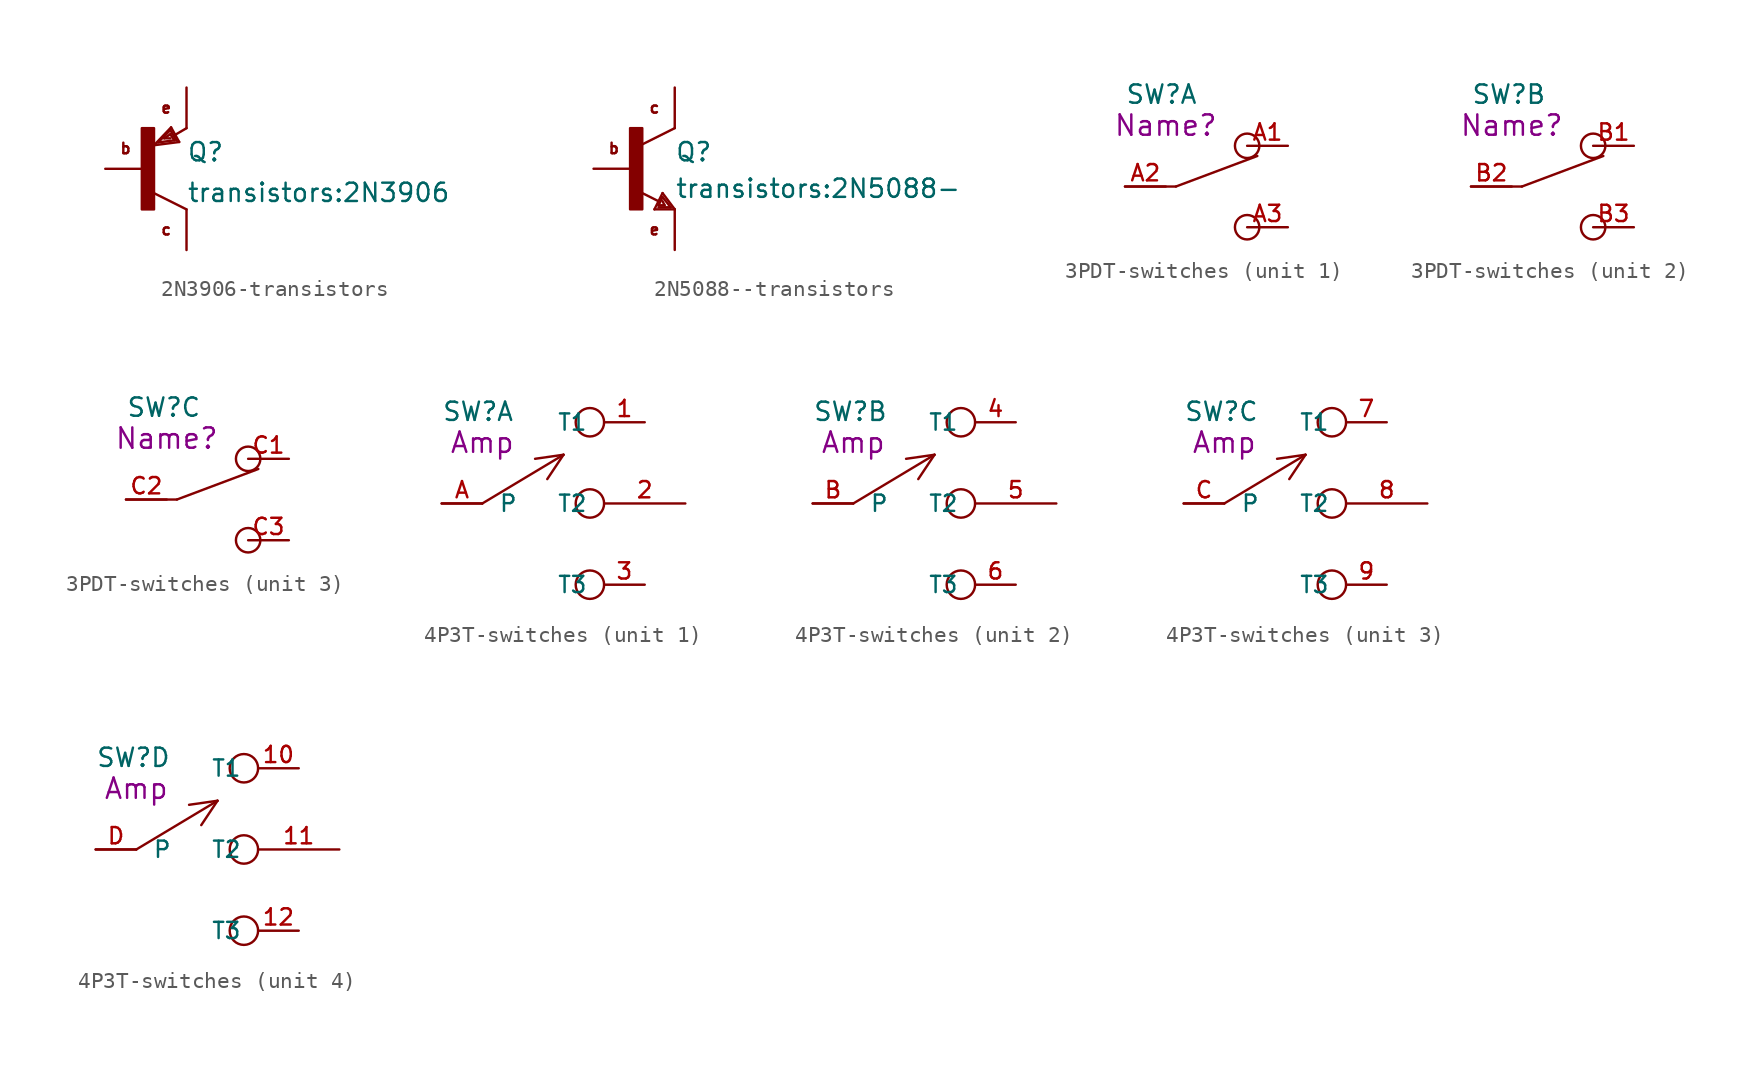
<source format=kicad_sym>
(kicad_symbol_lib
  (version 20220914)
  (generator kicad_symbol_editor)
  (symbol "2N3906-transistors"
    (pin_numbers hide)
    (pin_names
      (offset 1.016) hide)
    (property "Reference" "Q"
      (at 2.54 0.381 0)
      (effects (font (size 1.143 1.143)) (justify left bottom)))
    (property "Value" "transistors:2N3906"
      (at 2.54 -2.159 0)
      (effects (font (size 1.143 1.143)) (justify left bottom)))
    (property "ki_locked" ""
      (at 0 0 0)
      (effects (font (size 1.27 1.27))))
    (symbol "2N3906-transistors_0_0"
      (text "b" (at -1.27 1.27 0) (effects (font (size 0.66 0.66))))
      (text "c" (at 1.27 -3.81 0) (effects (font (size 0.66 0.66))))
      (text "e" (at 1.27 3.81 0) (effects (font (size 0.66 0.66)))))
    (symbol "2N3906-transistors_1_0"
      (polyline (pts (xy 0.508 1.473) (xy 2.083 1.676)) (stroke (width 0) (type solid)) (fill (type none)))
      (polyline (pts (xy 0.762 1.651) (xy 1.778 1.778)) (stroke (width 0) (type solid)) (fill (type none)))
      (polyline (pts (xy 1.143 1.905) (xy 1.524 1.905)) (stroke (width 0) (type solid)) (fill (type none)))
      (polyline (pts (xy 1.524 2.159) (xy 1.143 1.905)) (stroke (width 0) (type solid)) (fill (type none)))
      (polyline (pts (xy 1.524 2.413) (xy 0.762 1.651)) (stroke (width 0) (type solid)) (fill (type none)))
      (polyline (pts (xy 1.575 2.591) (xy 0.508 1.473)) (stroke (width 0) (type solid)) (fill (type none)))
      (polyline (pts (xy 1.778 1.778) (xy 1.524 2.159)) (stroke (width 0) (type solid)) (fill (type none)))
      (polyline (pts (xy 1.905 1.778) (xy 1.524 2.413)) (stroke (width 0) (type solid)) (fill (type none)))
      (polyline (pts (xy 2.083 1.676) (xy 1.575 2.591)) (stroke (width 0) (type solid)) (fill (type none)))
      (polyline (pts (xy 2.54 -2.54) (xy 0.508 -1.524)) (stroke (width 0) (type solid)) (fill (type none)))
      (polyline (pts (xy 2.54 2.54) (xy 1.803 2.108)) (stroke (width 0) (type solid)) (fill (type none))))
    (symbol "2N3906-transistors_1_1"
      (rectangle (start -0.254 -2.54) (end 0.508 2.54) (stroke (width 0) (type solid)) (fill (type outline)))
      (pin passive line (at 2.54 -5.08 90) (length 2.54) (name "C" (effects (font (size 1.016 1.016)))) (number "1" (effects (font (size 1.016 1.016)))))
      (pin passive line (at -2.54 0 0) (length 2.54) (name "B" (effects (font (size 1.016 1.016)))) (number "2" (effects (font (size 1.016 1.016)))))
      (pin passive line (at 2.54 5.08 270) (length 2.54) (name "E" (effects (font (size 1.016 1.016)))) (number "3" (effects (font (size 1.016 1.016)))))))
  (symbol "2N5088--transistors"
    (pin_numbers hide)
    (pin_names
      (offset 1.016) hide)
    (property "Reference" "Q"
      (at 2.54 0.381 0)
      (effects (font (size 1.143 1.143)) (justify left bottom)))
    (property "Value" "transistors:2N5088-"
      (at 2.54 -1.905 0)
      (effects (font (size 1.143 1.143)) (justify left bottom)))
    (property "ki_locked" ""
      (at 0 0 0)
      (effects (font (size 1.27 1.27))))
    (symbol "2N5088--transistors_0_0"
      (text "b" (at -1.27 1.27 0) (effects (font (size 0.66 0.66))))
      (text "c" (at 1.27 3.81 0) (effects (font (size 0.66 0.66))))
      (text "e" (at 1.27 -3.81 0) (effects (font (size 0.66 0.66)))))
    (symbol "2N5088--transistors_1_0"
      (polyline (pts (xy 1.27 -2.54) (xy 1.778 -1.524)) (stroke (width 0) (type solid)) (fill (type none)))
      (polyline (pts (xy 1.524 -2.413) (xy 2.286 -2.413)) (stroke (width 0) (type solid)) (fill (type none)))
      (polyline (pts (xy 1.524 -2.286) (xy 1.905 -2.286)) (stroke (width 0) (type solid)) (fill (type none)))
      (polyline (pts (xy 1.524 -2.032) (xy 0.305 -1.422)) (stroke (width 0) (type solid)) (fill (type none)))
      (polyline (pts (xy 1.778 -1.778) (xy 1.524 -2.286)) (stroke (width 0) (type solid)) (fill (type none)))
      (polyline (pts (xy 1.778 -1.524) (xy 2.54 -2.54)) (stroke (width 0) (type solid)) (fill (type none)))
      (polyline (pts (xy 1.905 -2.286) (xy 1.778 -2.032)) (stroke (width 0) (type solid)) (fill (type none)))
      (polyline (pts (xy 2.286 -2.413) (xy 1.778 -1.778)) (stroke (width 0) (type solid)) (fill (type none)))
      (polyline (pts (xy 2.54 -2.54) (xy 1.27 -2.54)) (stroke (width 0) (type solid)) (fill (type none)))
      (polyline (pts (xy 2.54 2.54) (xy 0.508 1.524)) (stroke (width 0) (type solid)) (fill (type none))))
    (symbol "2N5088--transistors_1_1"
      (rectangle (start -0.254 -2.54) (end 0.508 2.54) (stroke (width 0) (type solid)) (fill (type outline)))
      (pin passive line (at 2.54 5.08 270) (length 2.54) (name "C" (effects (font (size 1.016 1.016)))) (number "1" (effects (font (size 1.016 1.016)))))
      (pin passive line (at -2.54 0 0) (length 2.54) (name "B" (effects (font (size 1.016 1.016)))) (number "2" (effects (font (size 1.016 1.016)))))
      (pin passive line (at 2.54 -5.08 90) (length 2.54) (name "E" (effects (font (size 1.016 1.016)))) (number "3" (effects (font (size 1.016 1.016)))))))
  (symbol "3PDT-switches"
    (pin_names
      (offset 1.016) hide)
    (property "Reference" "SW"
      (at -6.35 3.81 0)
      (effects (font (size 1.143 1.143)) (justify left bottom)))
    (property "Name" "Name?"
      (at -3.81 2.54 0)
      (effects (font (size 1.27 1.27))))
    (property "ki_locked" ""
      (at 0 0 0)
      (effects (font (size 1.27 1.27))))
    (symbol "3PDT-switches_1_0"
      (polyline (pts (xy -6.35 -1.27) (xy -3.175 -1.27)) (stroke (width 0) (type solid)) (fill (type none)))
      (polyline (pts (xy -3.175 -1.27) (xy 1.905 0.635)) (stroke (width 0) (type solid)) (fill (type none))))
    (symbol "3PDT-switches_1_1"
      (circle (center 1.27 -3.81) (radius 0.762) (stroke (width 0) (type solid)) (fill (type none)))
      (circle (center 1.27 1.27) (radius 0.762) (stroke (width 0) (type solid)) (fill (type none)))
      (pin passive line (at 3.81 1.27 180) (length 2.54) (name "1" (effects (font (size 1.016 1.016)))) (number "A1" (effects (font (size 1.016 1.016)))))
      (pin passive line (at -6.35 -1.27 0) (length 2.54) (name "2" (effects (font (size 1.016 1.016)))) (number "A2" (effects (font (size 1.016 1.016)))))
      (pin passive line (at 3.81 -3.81 180) (length 2.54) (name "3" (effects (font (size 1.016 1.016)))) (number "A3" (effects (font (size 1.016 1.016))))))
    (symbol "3PDT-switches_2_0"
      (polyline (pts (xy -6.35 -1.27) (xy -3.175 -1.27)) (stroke (width 0) (type solid)) (fill (type none)))
      (polyline (pts (xy -3.175 -1.27) (xy 1.905 0.635)) (stroke (width 0) (type solid)) (fill (type none))))
    (symbol "3PDT-switches_2_1"
      (circle (center 1.27 -3.81) (radius 0.762) (stroke (width 0) (type solid)) (fill (type none)))
      (circle (center 1.27 1.27) (radius 0.762) (stroke (width 0) (type solid)) (fill (type none)))
      (pin passive line (at 3.81 1.27 180) (length 2.54) (name "1" (effects (font (size 1.016 1.016)))) (number "B1" (effects (font (size 1.016 1.016)))))
      (pin passive line (at -6.35 -1.27 0) (length 2.54) (name "2" (effects (font (size 1.016 1.016)))) (number "B2" (effects (font (size 1.016 1.016)))))
      (pin passive line (at 3.81 -3.81 180) (length 2.54) (name "3" (effects (font (size 1.016 1.016)))) (number "B3" (effects (font (size 1.016 1.016))))))
    (symbol "3PDT-switches_3_0"
      (polyline (pts (xy -6.35 -1.27) (xy -3.175 -1.27)) (stroke (width 0) (type solid)) (fill (type none)))
      (polyline (pts (xy -3.175 -1.27) (xy 1.905 0.635)) (stroke (width 0) (type solid)) (fill (type none))))
    (symbol "3PDT-switches_3_1"
      (circle (center 1.27 -3.81) (radius 0.762) (stroke (width 0) (type solid)) (fill (type none)))
      (circle (center 1.27 1.27) (radius 0.762) (stroke (width 0) (type solid)) (fill (type none)))
      (pin passive line (at 3.81 1.27 180) (length 2.54) (name "1" (effects (font (size 1.016 1.016)))) (number "C1" (effects (font (size 1.016 1.016)))))
      (pin passive line (at -6.35 -1.27 0) (length 2.54) (name "2" (effects (font (size 1.016 1.016)))) (number "C2" (effects (font (size 1.016 1.016)))))
      (pin passive line (at 3.81 -3.81 180) (length 2.54) (name "3" (effects (font (size 1.016 1.016)))) (number "C3" (effects (font (size 1.016 1.016)))))))
  (symbol "4P3T-switches"
    (pin_names
      (offset 1.016))
    (property "Reference" "SW"
      (at -5.08 5.08 0)
      (effects (font (size 1.143 1.143)) (justify left bottom)))
    (property "Name" "Amp"
      (at -2.54 3.81 0)
      (effects (font (size 1.27 1.27))))
    (property "ki_locked" ""
      (at 0 0 0)
      (effects (font (size 1.27 1.27))))
    (symbol "4P3T-switches_1_0"
      (polyline (pts (xy -5.08 0) (xy -2.54 0)) (stroke (width 0) (type solid)) (fill (type none)))
      (polyline (pts (xy -2.54 0) (xy 2.54 3.048)) (stroke (width 0) (type solid)) (fill (type none)))
      (polyline (pts (xy 2.54 3.048) (xy 0.762 2.794)) (stroke (width 0) (type solid)) (fill (type none)))
      (polyline (pts (xy 2.54 3.048) (xy 1.524 1.524)) (stroke (width 0) (type solid)) (fill (type none))))
    (symbol "4P3T-switches_1_1"
      (circle (center 4.191 -5.08) (radius 0.889) (stroke (width 0) (type solid)) (fill (type none)))
      (circle (center 4.191 0) (radius 0.889) (stroke (width 0) (type solid)) (fill (type none)))
      (circle (center 4.191 5.08) (radius 0.889) (stroke (width 0) (type solid)) (fill (type none)))
      (pin bidirectional line (at 7.62 5.08 180) (length 2.54) (name "T1" (effects (font (size 1.016 1.016)))) (number "1" (effects (font (size 1.016 1.016)))))
      (pin bidirectional line (at 10.16 0 180) (length 5.08) (name "T2" (effects (font (size 1.016 1.016)))) (number "2" (effects (font (size 1.016 1.016)))))
      (pin bidirectional line (at 7.62 -5.08 180) (length 2.54) (name "T3" (effects (font (size 1.016 1.016)))) (number "3" (effects (font (size 1.016 1.016)))))
      (pin bidirectional line (at -5.08 0 0) (length 2.54) (name "P" (effects (font (size 1.016 1.016)))) (number "A" (effects (font (size 1.016 1.016))))))
    (symbol "4P3T-switches_2_0"
      (polyline (pts (xy -5.08 0) (xy -2.54 0)) (stroke (width 0) (type solid)) (fill (type none)))
      (polyline (pts (xy -2.54 0) (xy 2.54 3.048)) (stroke (width 0) (type solid)) (fill (type none)))
      (polyline (pts (xy 2.54 3.048) (xy 0.762 2.794)) (stroke (width 0) (type solid)) (fill (type none)))
      (polyline (pts (xy 2.54 3.048) (xy 1.524 1.524)) (stroke (width 0) (type solid)) (fill (type none))))
    (symbol "4P3T-switches_2_1"
      (circle (center 4.191 -5.08) (radius 0.889) (stroke (width 0) (type solid)) (fill (type none)))
      (circle (center 4.191 0) (radius 0.889) (stroke (width 0) (type solid)) (fill (type none)))
      (circle (center 4.191 5.08) (radius 0.889) (stroke (width 0) (type solid)) (fill (type none)))
      (pin bidirectional line (at 7.62 5.08 180) (length 2.54) (name "T1" (effects (font (size 1.016 1.016)))) (number "4" (effects (font (size 1.016 1.016)))))
      (pin bidirectional line (at 10.16 0 180) (length 5.08) (name "T2" (effects (font (size 1.016 1.016)))) (number "5" (effects (font (size 1.016 1.016)))))
      (pin bidirectional line (at 7.62 -5.08 180) (length 2.54) (name "T3" (effects (font (size 1.016 1.016)))) (number "6" (effects (font (size 1.016 1.016)))))
      (pin bidirectional line (at -5.08 0 0) (length 2.54) (name "P" (effects (font (size 1.016 1.016)))) (number "B" (effects (font (size 1.016 1.016))))))
    (symbol "4P3T-switches_3_0"
      (polyline (pts (xy -5.08 0) (xy -2.54 0)) (stroke (width 0) (type solid)) (fill (type none)))
      (polyline (pts (xy -2.54 0) (xy 2.54 3.048)) (stroke (width 0) (type solid)) (fill (type none)))
      (polyline (pts (xy 2.54 3.048) (xy 0.762 2.794)) (stroke (width 0) (type solid)) (fill (type none)))
      (polyline (pts (xy 2.54 3.048) (xy 1.524 1.524)) (stroke (width 0) (type solid)) (fill (type none))))
    (symbol "4P3T-switches_3_1"
      (circle (center 4.191 -5.08) (radius 0.889) (stroke (width 0) (type solid)) (fill (type none)))
      (circle (center 4.191 0) (radius 0.889) (stroke (width 0) (type solid)) (fill (type none)))
      (circle (center 4.191 5.08) (radius 0.889) (stroke (width 0) (type solid)) (fill (type none)))
      (pin bidirectional line (at 7.62 5.08 180) (length 2.54) (name "T1" (effects (font (size 1.016 1.016)))) (number "7" (effects (font (size 1.016 1.016)))))
      (pin bidirectional line (at 10.16 0 180) (length 5.08) (name "T2" (effects (font (size 1.016 1.016)))) (number "8" (effects (font (size 1.016 1.016)))))
      (pin bidirectional line (at 7.62 -5.08 180) (length 2.54) (name "T3" (effects (font (size 1.016 1.016)))) (number "9" (effects (font (size 1.016 1.016)))))
      (pin bidirectional line (at -5.08 0 0) (length 2.54) (name "P" (effects (font (size 1.016 1.016)))) (number "C" (effects (font (size 1.016 1.016))))))
    (symbol "4P3T-switches_4_0"
      (polyline (pts (xy -5.08 0) (xy -2.54 0)) (stroke (width 0) (type solid)) (fill (type none)))
      (polyline (pts (xy -2.54 0) (xy 2.54 3.048)) (stroke (width 0) (type solid)) (fill (type none)))
      (polyline (pts (xy 2.54 3.048) (xy 0.762 2.794)) (stroke (width 0) (type solid)) (fill (type none)))
      (polyline (pts (xy 2.54 3.048) (xy 1.524 1.524)) (stroke (width 0) (type solid)) (fill (type none))))
    (symbol "4P3T-switches_4_1"
      (circle (center 4.191 -5.08) (radius 0.889) (stroke (width 0) (type solid)) (fill (type none)))
      (circle (center 4.191 0) (radius 0.889) (stroke (width 0) (type solid)) (fill (type none)))
      (circle (center 4.191 5.08) (radius 0.889) (stroke (width 0) (type solid)) (fill (type none)))
      (pin bidirectional line (at 7.62 5.08 180) (length 2.54) (name "T1" (effects (font (size 1.016 1.016)))) (number "10" (effects (font (size 1.016 1.016)))))
      (pin bidirectional line (at 10.16 0 180) (length 5.08) (name "T2" (effects (font (size 1.016 1.016)))) (number "11" (effects (font (size 1.016 1.016)))))
      (pin bidirectional line (at 7.62 -5.08 180) (length 2.54) (name "T3" (effects (font (size 1.016 1.016)))) (number "12" (effects (font (size 1.016 1.016)))))
      (pin bidirectional line (at -5.08 0 0) (length 2.54) (name "P" (effects (font (size 1.016 1.016)))) (number "D" (effects (font (size 1.016 1.016))))))))
</source>
